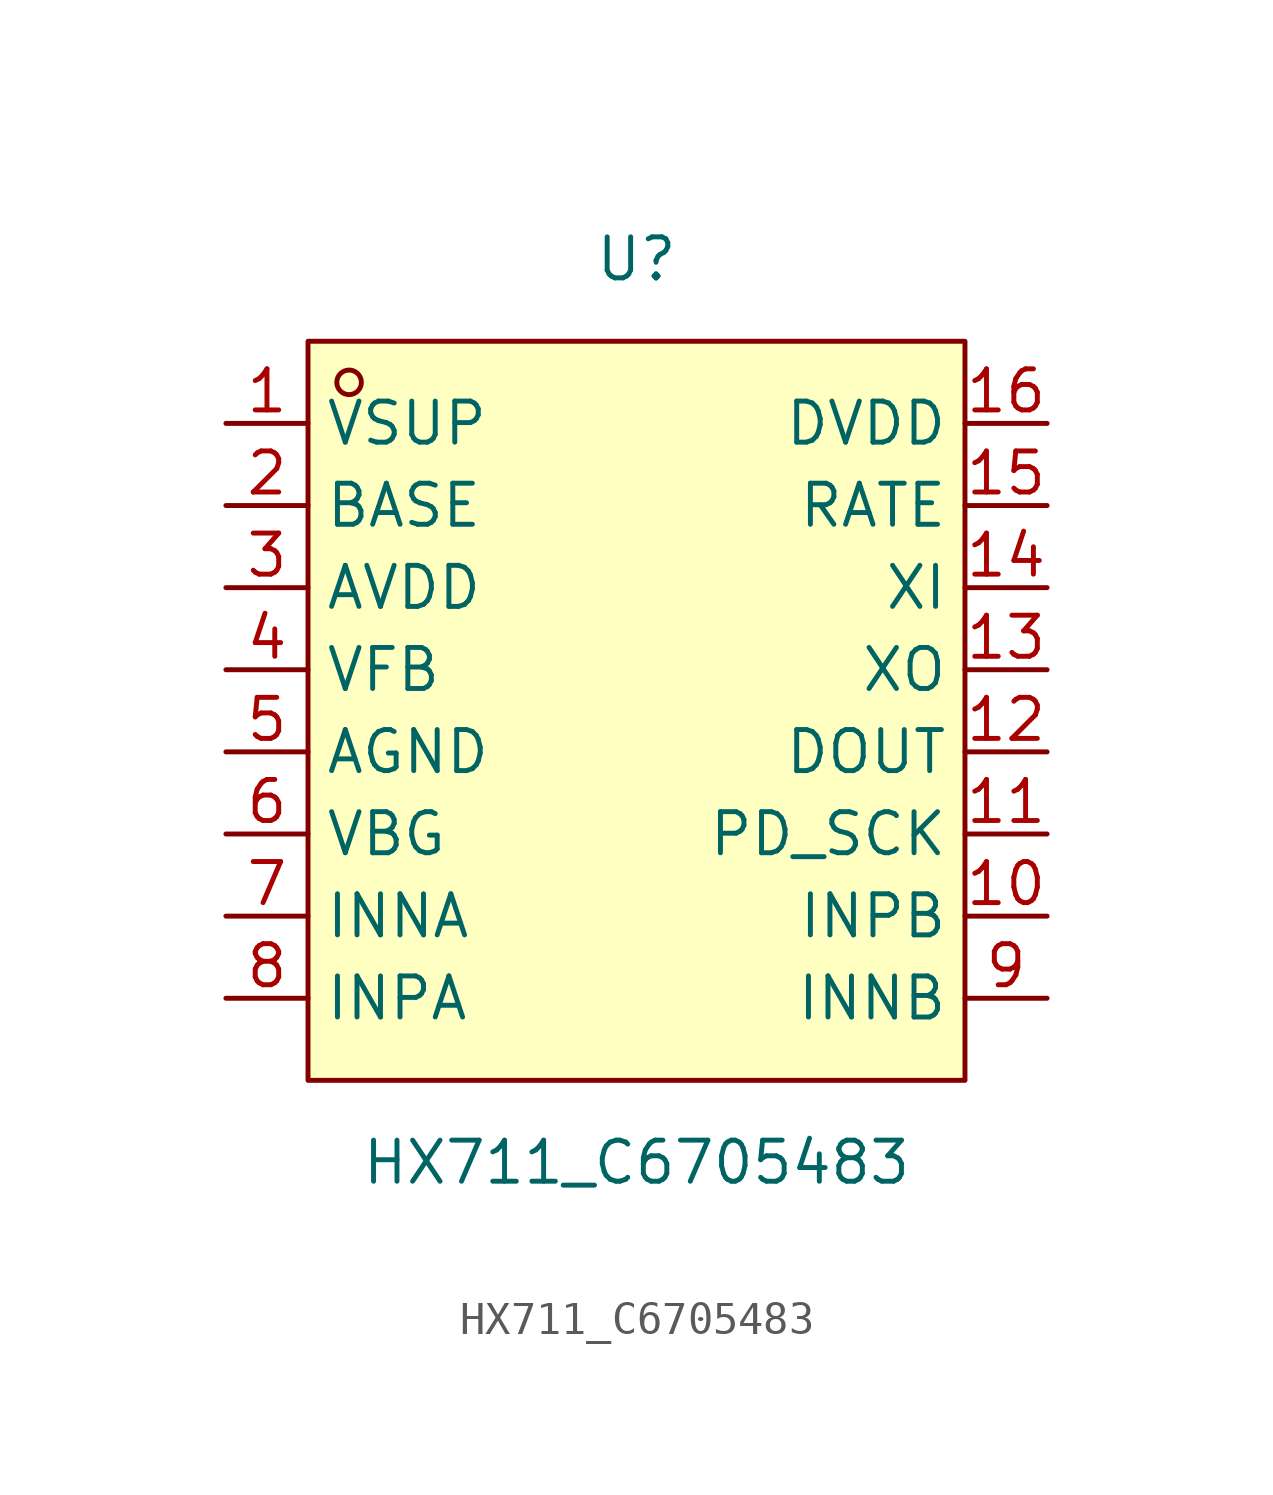
<source format=kicad_sym>
(kicad_symbol_lib
  (version 20231120)
  (generator "kicad_symbol_editor")
  (generator_version "8.0")
  (symbol "HX711_C6705483"
    (property "Reference" "U"
      (at 0 13.97 0)
      (effects (font (size 1.27 1.27))))
    (property "Value" "HX711_C6705483"
      (at 0 -13.97 0)
      (effects (font (size 1.27 1.27))))
    (symbol "HX711_C6705483_0_1"
      (rectangle (start -10.16 11.43) (end 10.16 -11.43) (stroke (width 0) (type default)) (fill (type background)))
      (circle (center -8.89 10.16) (radius 0.38) (stroke (width 0) (type default)) (fill (type none)))
      (pin unspecified line (at -12.7 8.89 0) (length 2.54) (name "VSUP" (effects (font (size 1.27 1.27)))) (number "1" (effects (font (size 1.27 1.27)))))
      (pin unspecified line (at 12.7 -6.35 180) (length 2.54) (name "INPB" (effects (font (size 1.27 1.27)))) (number "10" (effects (font (size 1.27 1.27)))))
      (pin unspecified line (at 12.7 -3.81 180) (length 2.54) (name "PD_SCK" (effects (font (size 1.27 1.27)))) (number "11" (effects (font (size 1.27 1.27)))))
      (pin unspecified line (at 12.7 -1.27 180) (length 2.54) (name "DOUT" (effects (font (size 1.27 1.27)))) (number "12" (effects (font (size 1.27 1.27)))))
      (pin unspecified line (at 12.7 1.27 180) (length 2.54) (name "XO" (effects (font (size 1.27 1.27)))) (number "13" (effects (font (size 1.27 1.27)))))
      (pin unspecified line (at 12.7 3.81 180) (length 2.54) (name "XI" (effects (font (size 1.27 1.27)))) (number "14" (effects (font (size 1.27 1.27)))))
      (pin unspecified line (at 12.7 6.35 180) (length 2.54) (name "RATE" (effects (font (size 1.27 1.27)))) (number "15" (effects (font (size 1.27 1.27)))))
      (pin unspecified line (at 12.7 8.89 180) (length 2.54) (name "DVDD" (effects (font (size 1.27 1.27)))) (number "16" (effects (font (size 1.27 1.27)))))
      (pin unspecified line (at -12.7 6.35 0) (length 2.54) (name "BASE" (effects (font (size 1.27 1.27)))) (number "2" (effects (font (size 1.27 1.27)))))
      (pin unspecified line (at -12.7 3.81 0) (length 2.54) (name "AVDD" (effects (font (size 1.27 1.27)))) (number "3" (effects (font (size 1.27 1.27)))))
      (pin unspecified line (at -12.7 1.27 0) (length 2.54) (name "VFB" (effects (font (size 1.27 1.27)))) (number "4" (effects (font (size 1.27 1.27)))))
      (pin unspecified line (at -12.7 -1.27 0) (length 2.54) (name "AGND" (effects (font (size 1.27 1.27)))) (number "5" (effects (font (size 1.27 1.27)))))
      (pin unspecified line (at -12.7 -3.81 0) (length 2.54) (name "VBG" (effects (font (size 1.27 1.27)))) (number "6" (effects (font (size 1.27 1.27)))))
      (pin unspecified line (at -12.7 -6.35 0) (length 2.54) (name "INNA" (effects (font (size 1.27 1.27)))) (number "7" (effects (font (size 1.27 1.27)))))
      (pin unspecified line (at -12.7 -8.89 0) (length 2.54) (name "INPA" (effects (font (size 1.27 1.27)))) (number "8" (effects (font (size 1.27 1.27)))))
      (pin unspecified line (at 12.7 -8.89 180) (length 2.54) (name "INNB" (effects (font (size 1.27 1.27)))) (number "9" (effects (font (size 1.27 1.27))))))))
</source>
